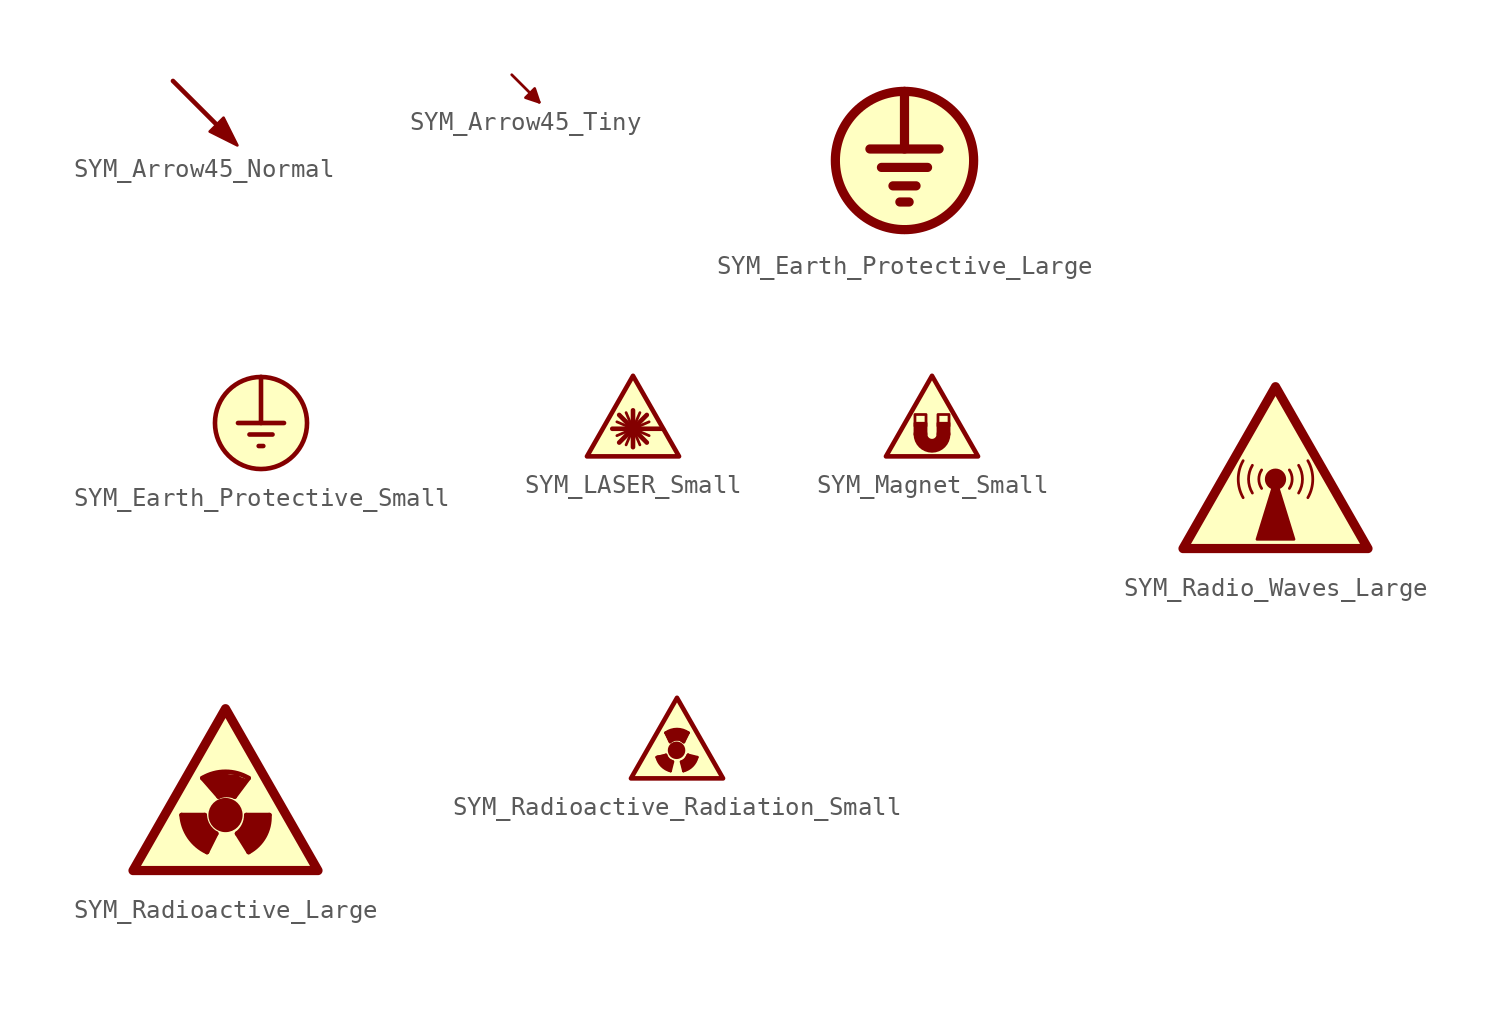
<source format=kicad_sym>
(kicad_symbol_lib
  (version 20241209)
  (generator "kicad_symbol_editor")
  (generator_version "9.0")
  (symbol "SYM_Arrow45_Normal"
    (property "Reference" "#SYM"
      (at 3.81 1.27 0)
      (effects (font (size 1.27 1.27)) (hide yes)))
    (symbol "SYM_Arrow45_Normal_0_1"
      (polyline (pts (xy 1.524 -1.524) (xy -1.778 1.778)) (stroke (width 0.254) (type default)) (fill (type none)))
      (polyline (pts (xy 1.778 -1.778) (xy 0.254 -1.016) (xy 1.016 -0.254) (xy 1.778 -1.778)) (stroke (width 0) (type default)) (fill (type outline)))))
  (symbol "SYM_Arrow45_Tiny"
    (property "Reference" "#SYM"
      (at 4.064 1.27 0)
      (effects (font (size 1.27 1.27)) (hide yes)))
    (symbol "SYM_Arrow45_Tiny_0_1"
      (polyline (pts (xy 0.508 -0.762) (xy -1.016 0.762)) (stroke (width 0) (type default)) (fill (type none)))
      (polyline (pts (xy 0.508 -0.762) (xy -0.254 -0.508) (xy 0.254 0) (xy 0.508 -0.762)) (stroke (width 0) (type default)) (fill (type outline)))))
  (symbol "SYM_Earth_Protective_Large"
    (property "Reference" "#SYM"
      (at 0 5.08 0)
      (effects (font (size 1.27 1.27)) (hide yes)))
    (symbol "SYM_Earth_Protective_Large_0_1"
      (polyline (pts (xy -1.27 -0.381) (xy 1.27 -0.381)) (stroke (width 0.508) (type default)) (fill (type none)))
      (polyline (pts (xy -0.254 -2.286) (xy 0.254 -2.286)) (stroke (width 0.508) (type default)) (fill (type none)))
      (polyline (pts (xy 0 0.635) (xy 0 3.81)) (stroke (width 0.508) (type default)) (fill (type none)))
      (circle (center 0 0) (radius 3.81) (stroke (width 0.508) (type default)) (fill (type background)))
      (polyline (pts (xy 0.635 -1.397) (xy -0.635 -1.397) (xy 0.635 -1.397)) (stroke (width 0.508) (type default)) (fill (type none)))
      (polyline (pts (xy 1.905 0.635) (xy -1.905 0.635)) (stroke (width 0.508) (type default)) (fill (type none)))))
  (symbol "SYM_Earth_Protective_Small"
    (property "Reference" "#SYM"
      (at 0 3.81 0)
      (effects (font (size 1.27 1.27)) (hide yes)))
    (symbol "SYM_Earth_Protective_Small_0_1"
      (polyline (pts (xy -0.635 -0.635) (xy 0.635 -0.635)) (stroke (width 0.254) (type default)) (fill (type none)))
      (polyline (pts (xy -0.127 -1.27) (xy 0.127 -1.27)) (stroke (width 0.254) (type default)) (fill (type none)))
      (polyline (pts (xy 0 0) (xy 0 2.54)) (stroke (width 0.254) (type default)) (fill (type none)))
      (circle (center 0 0) (radius 2.54) (stroke (width 0.254) (type default)) (fill (type background)))
      (polyline (pts (xy 1.27 0) (xy -1.27 0)) (stroke (width 0.254) (type default)) (fill (type none)))))
  (symbol "SYM_LASER_Small"
    (property "Reference" "#SYM"
      (at 0 3.556 0)
      (effects (font (size 1.27 1.27)) (hide yes)))
    (symbol "SYM_LASER_Small_0_1"
      (polyline (pts (xy -2.54 -1.905) (xy 2.54 -1.905) (xy 0 2.54) (xy -2.54 -1.905)) (stroke (width 0.254) (type default)) (fill (type background)))
      (polyline (pts (xy -1.143 -0.381) (xy 1.651 -0.381)) (stroke (width 0.254) (type default)) (fill (type none)))
      (polyline (pts (xy -0.889 0) (xy 0.889 -0.762)) (stroke (width 0) (type default)) (fill (type none)))
      (polyline (pts (xy -0.889 -0.762) (xy 0.889 0)) (stroke (width 0) (type default)) (fill (type none)))
      (polyline (pts (xy -0.762 -1.143) (xy 0.762 0.381)) (stroke (width 0.254) (type default)) (fill (type none)))
      (polyline (pts (xy -0.381 0.508) (xy 0.381 -1.27)) (stroke (width 0) (type default)) (fill (type none)))
      (polyline (pts (xy 0 -1.397) (xy 0 0.635)) (stroke (width 0.254) (type default)) (fill (type none)))
      (polyline (pts (xy 0.381 0.508) (xy -0.381 -1.27)) (stroke (width 0) (type default)) (fill (type none)))
      (polyline (pts (xy 0.762 -1.143) (xy -0.762 0.381)) (stroke (width 0.254) (type default)) (fill (type none)))))
  (symbol "SYM_Magnet_Small"
    (property "Reference" "#SYM"
      (at 0 3.556 0)
      (effects (font (size 1.27 1.27)) (hide yes)))
    (symbol "SYM_Magnet_Small_0_1"
      (polyline (pts (xy -2.54 -1.905) (xy 2.54 -1.905) (xy 0 2.54) (xy -2.54 -1.905)) (stroke (width 0.254) (type default)) (fill (type background)))
      (rectangle (start -0.94 -0.229) (end -0.33 0.406) (stroke (width 0) (type default)) (fill (type background)))
      (rectangle (start -0.94 -0.711) (end -0.33 -0.076) (stroke (width 0) (type default)) (fill (type outline)))
      (arc (start 0.635 -0.6858) (mid 0 -1.3181) (end -0.635 -0.6858) (stroke (width 0.762) (type default)) (fill (type none)))
      (rectangle (start 0.33 -0.229) (end 0.94 0.406) (stroke (width 0) (type default)) (fill (type background)))
      (rectangle (start 0.33 -0.711) (end 0.94 -0.076) (stroke (width 0) (type default)) (fill (type outline)))))
  (symbol "SYM_Radio_Waves_Large"
    (property "Reference" "#SYM"
      (at 0 5.08 0)
      (effects (font (size 1.27 1.27)) (hide yes)))
    (symbol "SYM_Radio_Waves_Large_0_1"
      (polyline (pts (xy -5.08 -5.08) (xy 5.08 -5.08) (xy 0 3.81) (xy -5.08 -5.08)) (stroke (width 0.508) (type default)) (fill (type background)))
      (polyline (pts (xy -1.016 -4.572) (xy 1.016 -4.572) (xy 0 -1.27) (xy -1.016 -4.572)) (stroke (width 0) (type default)) (fill (type outline)))
      (arc (start -1.27 -2.032) (mid -1.4811 -1.27) (end -1.27 -0.508) (stroke (width 0) (type default)) (fill (type none)))
      (arc (start 0.762 -0.762) (mid 0.9158 -1.27) (end 0.762 -1.778) (stroke (width 0) (type default)) (fill (type none)))
      (arc (start 1.778 -0.254) (mid 2.0478 -1.27) (end 1.778 -2.286) (stroke (width 0) (type default)) (fill (type none)))
      (arc (start -1.778 -2.286) (mid -2.0478 -1.27) (end -1.778 -0.254) (stroke (width 0) (type default)) (fill (type none)))
      (arc (start -0.762 -1.778) (mid -0.9158 -1.27) (end -0.762 -0.762) (stroke (width 0) (type default)) (fill (type none)))
      (circle (center 0 -1.27) (radius 0.508) (stroke (width 0) (type default)) (fill (type outline)))
      (arc (start 1.27 -0.508) (mid 1.4811 -1.27) (end 1.27 -2.032) (stroke (width 0) (type default)) (fill (type none)))))
  (symbol "SYM_Radioactive_Large"
    (property "Reference" "#SYM"
      (at 2.413 7.112 0)
      (effects (font (size 1.27 1.27)) (hide yes)))
    (symbol "SYM_Radioactive_Large_0_0"
      (polyline (pts (xy 0 0) (xy 1.27 0)) (stroke (width 0.254) (type default)) (fill (type none)))
      (polyline (pts (xy 0 0) (xy 1.27 0) (xy 1.27 -0.254) (xy 1.397 -0.508) (xy 1.651 -0.889) (xy 1.905 -1.016) (xy 1.397 -2.032) (xy 1.016 -1.778) (xy 0.635 -1.397) (xy 0.254 -0.889) (xy 0 0)) (stroke (width 0) (type default)) (fill (type outline)))
      (polyline (pts (xy 1.143 2.032) (xy 2.032 1.016)) (stroke (width 0.254) (type default)) (fill (type none)))
      (polyline (pts (xy 1.397 -2.032) (xy 1.905 -1.016)) (stroke (width 0.254) (type default)) (fill (type none)))
      (polyline (pts (xy 2.032 1.016) (xy 1.397 1.905) (xy 1.143 2.032) (xy 1.778 2.286) (xy 2.667 2.159) (xy 3.048 2.159) (xy 3.175 2.032) (xy 3.556 1.905) (xy 2.921 1.016) (xy 2.54 1.143) (xy 2.286 1.143) (xy 2.032 1.016)) (stroke (width 0) (type default)) (fill (type outline)))
      (arc (start 3.556 0) (mid 3.4219 -0.568) (end 3.048 -1.016) (stroke (width 0.254) (type default)) (fill (type none)))
      (arc (start 1.397 -2.032) (mid 0.4195 -1.2078) (end 0 0) (stroke (width 0.254) (type default)) (fill (type none)))
      (circle (center 2.413 0) (radius 0.813) (stroke (width 0.254) (type default)) (fill (type outline)))
      (arc (start 1.143 2.032) (mid 2.413 2.3778) (end 3.683 2.032) (stroke (width 0.254) (type default)) (fill (type none)))
      (arc (start 2.032 1.016) (mid 2.4765 1.104) (end 2.921 1.016) (stroke (width 0.254) (type default)) (fill (type none)))
      (arc (start 1.905 -1.016) (mid 1.4549 -0.5909) (end 1.27 0) (stroke (width 0.254) (type default)) (fill (type none)))
      (arc (start 4.826 0) (mid 4.55 -1.1822) (end 3.683 -2.032) (stroke (width 0.254) (type default)) (fill (type none)))
      (polyline (pts (xy 2.921 1.016) (xy 3.683 2.032)) (stroke (width 0.254) (type default)) (fill (type none)))
      (polyline (pts (xy 3.048 -1.016) (xy 3.683 -2.032)) (stroke (width 0.254) (type default)) (fill (type none)))
      (polyline (pts (xy 3.048 -1.016) (xy 3.683 -2.032) (xy 4.191 -1.651) (xy 4.572 -1.016) (xy 4.699 -0.381) (xy 4.826 0) (xy 3.556 0) (xy 3.556 -0.381) (xy 3.302 -0.762) (xy 3.048 -1.016)) (stroke (width 0) (type default)) (fill (type outline)))
      (polyline (pts (xy 3.556 0) (xy 4.826 0)) (stroke (width 0.254) (type default)) (fill (type none))))
    (symbol "SYM_Radioactive_Large_0_1"
      (polyline (pts (xy -2.667 -3.048) (xy 7.493 -3.048) (xy 2.413 5.842) (xy -2.667 -3.048)) (stroke (width 0.508) (type default)) (fill (type background)))))
  (symbol "SYM_Radioactive_Radiation_Small"
    (property "Reference" "#SYM"
      (at 0 3.556 0)
      (effects (font (size 1.27 1.27)) (hide yes)))
    (symbol "SYM_Radioactive_Radiation_Small_0_0"
      (polyline (pts (xy -1.118 -0.737) (xy -0.61 -0.61)) (stroke (width 0) (type default)) (fill (type none)))
      (polyline (pts (xy -0.635 0.61) (xy -0.381 0.102)) (stroke (width 0) (type default)) (fill (type none)))
      (polyline (pts (xy -0.61 -0.66) (xy -0.508 -0.864) (xy -0.254 -0.965) (xy -0.406 -1.473) (xy -0.762 -1.219) (xy -0.965 -1.016) (xy -1.067 -0.711) (xy -0.61 -0.66)) (stroke (width 0) (type default)) (fill (type outline)))
      (polyline (pts (xy -0.356 0.152) (xy -0.102 0.254) (xy 0.152 0.254) (xy 0.356 0.102) (xy 0.61 0.61) (xy 0.356 0.711) (xy 0.102 0.762) (xy -0.152 0.762) (xy -0.457 0.66) (xy -0.61 0.61) (xy -0.406 0.152)) (stroke (width 0) (type default)) (fill (type outline)))
      (polyline (pts (xy -0.356 -1.499) (xy -0.229 -0.991)) (stroke (width 0) (type default)) (fill (type none)))
      (arc (start -0.3556 -1.4986) (mid -0.8421 -1.2231) (end -1.1176 -0.7366) (stroke (width 0) (type default)) (fill (type none)))
      (arc (start -0.2286 -0.9906) (mid -0.4638 -0.8448) (end -0.6096 -0.6096) (stroke (width 0) (type default)) (fill (type none)))
      (circle (center -0.025 -0.356) (radius 0.356) (stroke (width 0.254) (type default)) (fill (type outline)))
      (arc (start -0.635 0.6096) (mid 0 0.8131) (end 0.635 0.6096) (stroke (width 0) (type default)) (fill (type none)))
      (arc (start -0.381 0.1016) (mid 0 0.2594) (end 0.381 0.1016) (stroke (width 0) (type default)) (fill (type none)))
      (arc (start 0.6096 -0.6096) (mid 0.4637 -0.8447) (end 0.2286 -0.9906) (stroke (width 0) (type default)) (fill (type none)))
      (arc (start 1.1176 -0.7366) (mid 0.8421 -1.2231) (end 0.3556 -1.4986) (stroke (width 0) (type default)) (fill (type none)))
      (polyline (pts (xy 0.356 -1.499) (xy 0.229 -0.991)) (stroke (width 0) (type default)) (fill (type none)))
      (polyline (pts (xy 0.61 -0.61) (xy 0.457 -0.864) (xy 0.254 -1.016) (xy 0.406 -1.473) (xy 0.711 -1.27) (xy 0.914 -1.067) (xy 1.067 -0.762) (xy 0.61 -0.66)) (stroke (width 0) (type default)) (fill (type outline)))
      (polyline (pts (xy 0.635 0.61) (xy 0.381 0.102)) (stroke (width 0) (type default)) (fill (type none)))
      (polyline (pts (xy 1.118 -0.737) (xy 0.61 -0.61)) (stroke (width 0) (type default)) (fill (type none))))
    (symbol "SYM_Radioactive_Radiation_Small_0_1"
      (polyline (pts (xy -2.54 -1.905) (xy 2.54 -1.905) (xy 0 2.54) (xy -2.54 -1.905)) (stroke (width 0.254) (type default)) (fill (type background))))))
</source>
